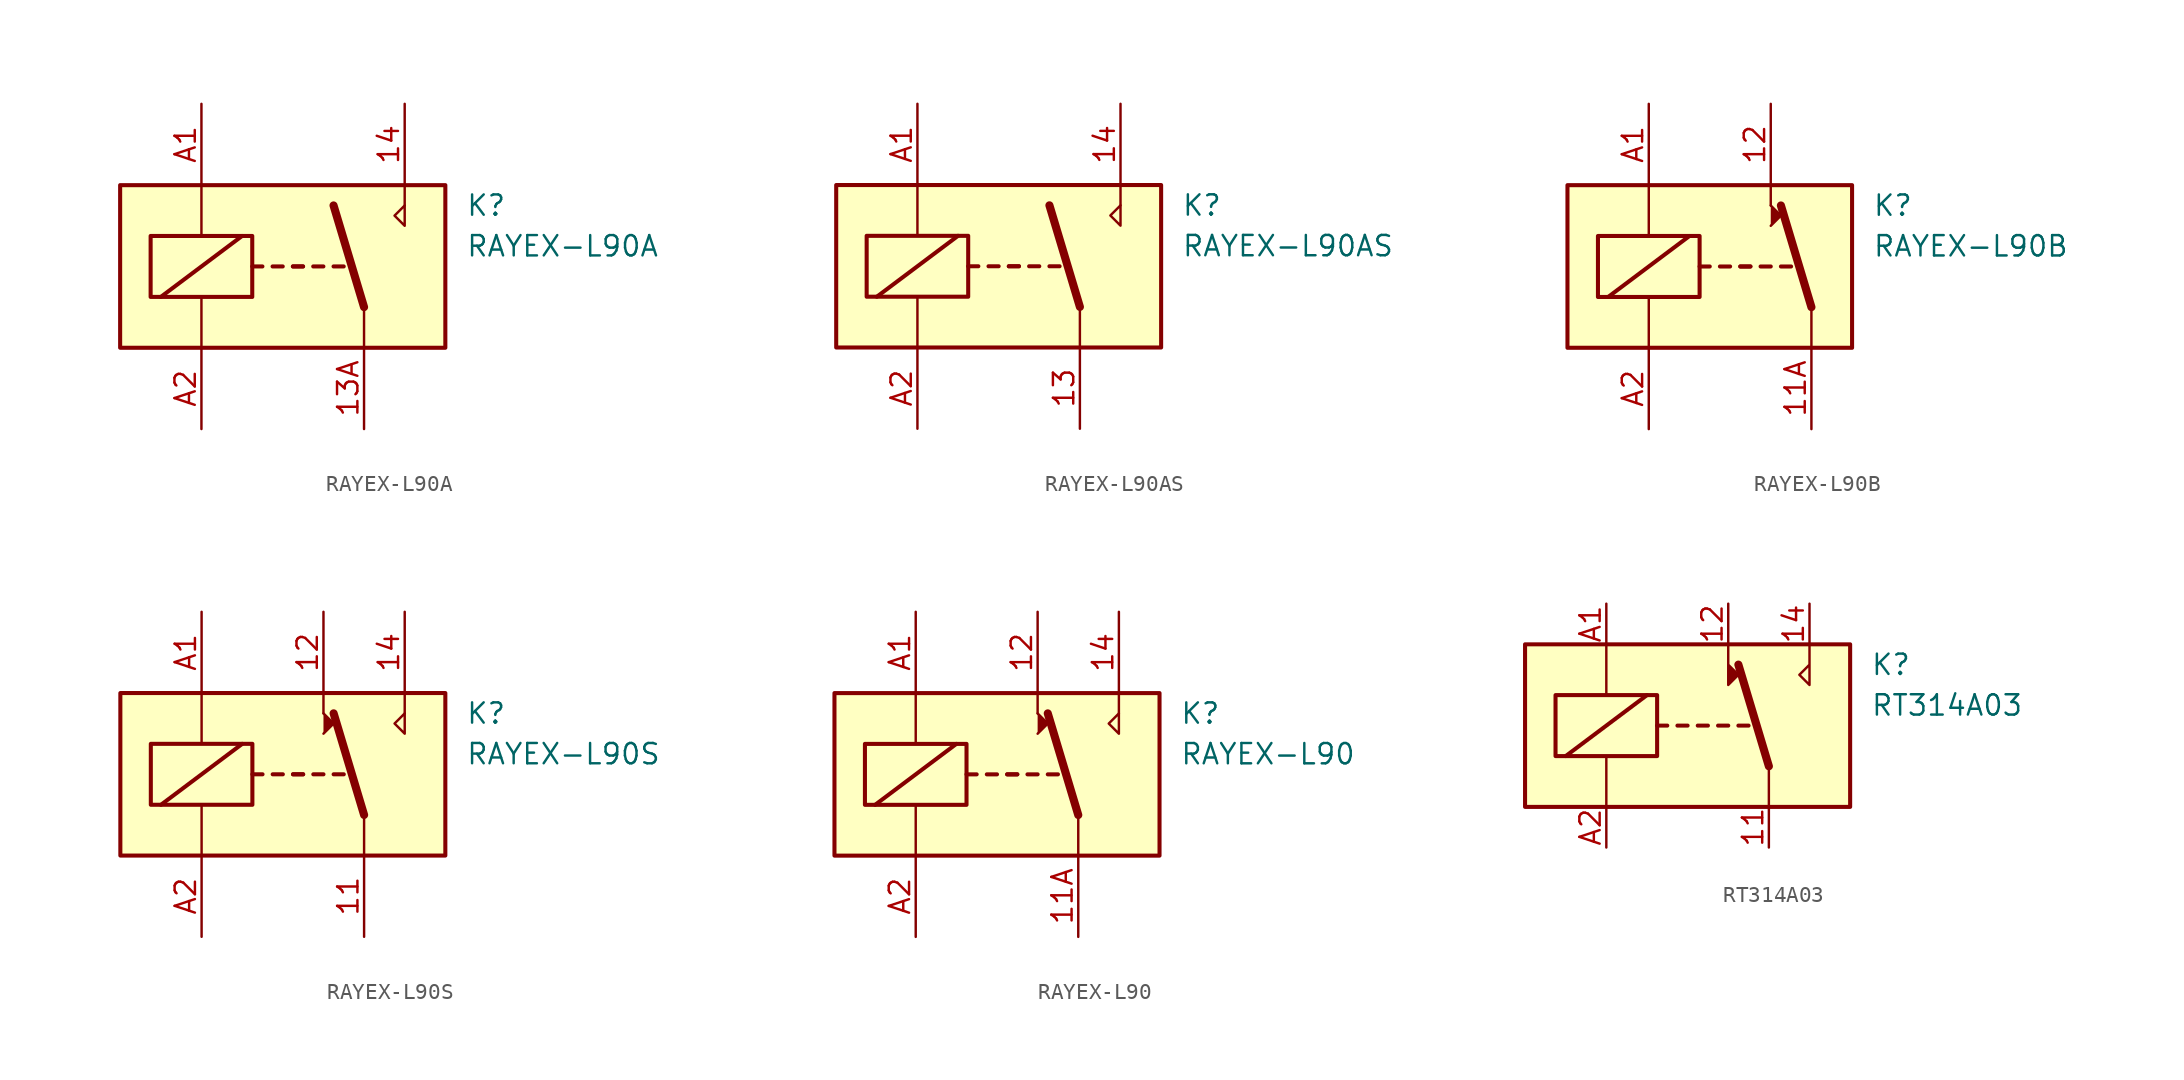
<source format=kicad_sym>
(kicad_symbol_lib
  (version 20211014)
  (generator kicad_symbol_editor)
  (symbol "RAYEX-L90A"
    (property "Reference" "K"
      (at 11.43 3.81 0)
      (effects (font (size 1.27 1.27)) (justify left)))
    (property "Value" "RAYEX-L90A"
      (at 11.43 1.27 0)
      (effects (font (size 1.27 1.27)) (justify left)))
    (symbol "RAYEX-L90A_1_0"
      (polyline (pts (xy 7.62 3.81) (xy 7.62 5.08)) (stroke (width 0) (type default) (color 0 0 0 0)) (fill (type none)))
      (polyline (pts (xy 7.62 3.81) (xy 7.62 2.54) (xy 6.985 3.175) (xy 7.62 3.81)) (stroke (width 0) (type default) (color 0 0 0 0)) (fill (type none))))
    (symbol "RAYEX-L90A_1_1"
      (rectangle (start -10.16 5.08) (end 10.16 -5.08) (stroke (width 0.254) (type default) (color 0 0 0 0)) (fill (type background)))
      (rectangle (start -8.255 1.905) (end -1.905 -1.905) (stroke (width 0.254) (type default) (color 0 0 0 0)) (fill (type none)))
      (polyline (pts (xy -7.62 -1.905) (xy -2.54 1.905)) (stroke (width 0.254) (type default) (color 0 0 0 0)) (fill (type none)))
      (polyline (pts (xy -5.08 -5.08) (xy -5.08 -1.905)) (stroke (width 0) (type default) (color 0 0 0 0)) (fill (type none)))
      (polyline (pts (xy -5.08 5.08) (xy -5.08 1.905)) (stroke (width 0) (type default) (color 0 0 0 0)) (fill (type none)))
      (polyline (pts (xy -1.905 0) (xy -1.27 0)) (stroke (width 0.254) (type default) (color 0 0 0 0)) (fill (type none)))
      (polyline (pts (xy -0.635 0) (xy 0 0)) (stroke (width 0.254) (type default) (color 0 0 0 0)) (fill (type none)))
      (polyline (pts (xy 0.635 0) (xy 1.27 0)) (stroke (width 0.254) (type default) (color 0 0 0 0)) (fill (type none)))
      (polyline (pts (xy 0.635 0) (xy 1.27 0)) (stroke (width 0.254) (type default) (color 0 0 0 0)) (fill (type none)))
      (polyline (pts (xy 1.905 0) (xy 2.54 0)) (stroke (width 0.254) (type default) (color 0 0 0 0)) (fill (type none)))
      (polyline (pts (xy 3.175 0) (xy 3.81 0)) (stroke (width 0.254) (type default) (color 0 0 0 0)) (fill (type none)))
      (polyline (pts (xy 5.08 -2.54) (xy 3.175 3.81)) (stroke (width 0.508) (type default) (color 0 0 0 0)) (fill (type none)))
      (polyline (pts (xy 5.08 -2.54) (xy 5.08 -5.08)) (stroke (width 0) (type default) (color 0 0 0 0)) (fill (type none)))
      (pin passive line (at 5.08 -10.16 90) (length 5.08) (name "~" (effects (font (size 1.27 1.27)))) (number "13A" (effects (font (size 1.27 1.27)))))
      (pin passive line (at 5.08 -10.16 90) (length 5.08) hide (name "~" (effects (font (size 1.27 1.27)))) (number "13B" (effects (font (size 1.27 1.27)))))
      (pin passive line (at 7.62 10.16 270) (length 5.08) (name "~" (effects (font (size 1.27 1.27)))) (number "14" (effects (font (size 1.27 1.27)))))
      (pin passive line (at -5.08 10.16 270) (length 5.08) (name "~" (effects (font (size 1.27 1.27)))) (number "A1" (effects (font (size 1.27 1.27)))))
      (pin passive line (at -5.08 -10.16 90) (length 5.08) (name "~" (effects (font (size 1.27 1.27)))) (number "A2" (effects (font (size 1.27 1.27)))))))
  (symbol "RAYEX-L90AS"
    (property "Reference" "K"
      (at 11.43 3.81 0)
      (effects (font (size 1.27 1.27)) (justify left)))
    (property "Value" "RAYEX-L90AS"
      (at 11.43 1.27 0)
      (effects (font (size 1.27 1.27)) (justify left)))
    (symbol "RAYEX-L90AS_1_0"
      (polyline (pts (xy 7.62 3.81) (xy 7.62 5.08)) (stroke (width 0) (type default) (color 0 0 0 0)) (fill (type none)))
      (polyline (pts (xy 7.62 3.81) (xy 7.62 2.54) (xy 6.985 3.175) (xy 7.62 3.81)) (stroke (width 0) (type default) (color 0 0 0 0)) (fill (type none))))
    (symbol "RAYEX-L90AS_1_1"
      (rectangle (start -10.16 5.08) (end 10.16 -5.08) (stroke (width 0.254) (type default) (color 0 0 0 0)) (fill (type background)))
      (rectangle (start -8.255 1.905) (end -1.905 -1.905) (stroke (width 0.254) (type default) (color 0 0 0 0)) (fill (type none)))
      (polyline (pts (xy -7.62 -1.905) (xy -2.54 1.905)) (stroke (width 0.254) (type default) (color 0 0 0 0)) (fill (type none)))
      (polyline (pts (xy -5.08 -5.08) (xy -5.08 -1.905)) (stroke (width 0) (type default) (color 0 0 0 0)) (fill (type none)))
      (polyline (pts (xy -5.08 5.08) (xy -5.08 1.905)) (stroke (width 0) (type default) (color 0 0 0 0)) (fill (type none)))
      (polyline (pts (xy -1.905 0) (xy -1.27 0)) (stroke (width 0.254) (type default) (color 0 0 0 0)) (fill (type none)))
      (polyline (pts (xy -0.635 0) (xy 0 0)) (stroke (width 0.254) (type default) (color 0 0 0 0)) (fill (type none)))
      (polyline (pts (xy 0.635 0) (xy 1.27 0)) (stroke (width 0.254) (type default) (color 0 0 0 0)) (fill (type none)))
      (polyline (pts (xy 0.635 0) (xy 1.27 0)) (stroke (width 0.254) (type default) (color 0 0 0 0)) (fill (type none)))
      (polyline (pts (xy 1.905 0) (xy 2.54 0)) (stroke (width 0.254) (type default) (color 0 0 0 0)) (fill (type none)))
      (polyline (pts (xy 3.175 0) (xy 3.81 0)) (stroke (width 0.254) (type default) (color 0 0 0 0)) (fill (type none)))
      (polyline (pts (xy 5.08 -2.54) (xy 3.175 3.81)) (stroke (width 0.508) (type default) (color 0 0 0 0)) (fill (type none)))
      (polyline (pts (xy 5.08 -2.54) (xy 5.08 -5.08)) (stroke (width 0) (type default) (color 0 0 0 0)) (fill (type none)))
      (pin passive line (at 5.08 -10.16 90) (length 5.08) (name "~" (effects (font (size 1.27 1.27)))) (number "13" (effects (font (size 1.27 1.27)))))
      (pin passive line (at 7.62 10.16 270) (length 5.08) (name "~" (effects (font (size 1.27 1.27)))) (number "14" (effects (font (size 1.27 1.27)))))
      (pin passive line (at -5.08 10.16 270) (length 5.08) (name "~" (effects (font (size 1.27 1.27)))) (number "A1" (effects (font (size 1.27 1.27)))))
      (pin passive line (at -5.08 -10.16 90) (length 5.08) (name "~" (effects (font (size 1.27 1.27)))) (number "A2" (effects (font (size 1.27 1.27)))))))
  (symbol "RAYEX-L90B"
    (property "Reference" "K"
      (at 8.89 3.81 0)
      (effects (font (size 1.27 1.27)) (justify left)))
    (property "Value" "RAYEX-L90B"
      (at 8.89 1.27 0)
      (effects (font (size 1.27 1.27)) (justify left)))
    (symbol "RAYEX-L90B_1_0"
      (polyline (pts (xy 2.54 3.81) (xy 2.54 5.08)) (stroke (width 0) (type default) (color 0 0 0 0)) (fill (type none))))
    (symbol "RAYEX-L90B_1_1"
      (rectangle (start -10.16 5.08) (end 7.62 -5.08) (stroke (width 0.254) (type default) (color 0 0 0 0)) (fill (type background)))
      (rectangle (start -8.255 1.905) (end -1.905 -1.905) (stroke (width 0.254) (type default) (color 0 0 0 0)) (fill (type none)))
      (polyline (pts (xy -7.62 -1.905) (xy -2.54 1.905)) (stroke (width 0.254) (type default) (color 0 0 0 0)) (fill (type none)))
      (polyline (pts (xy -5.08 -5.08) (xy -5.08 -1.905)) (stroke (width 0) (type default) (color 0 0 0 0)) (fill (type none)))
      (polyline (pts (xy -5.08 5.08) (xy -5.08 1.905)) (stroke (width 0) (type default) (color 0 0 0 0)) (fill (type none)))
      (polyline (pts (xy -1.905 0) (xy -1.27 0)) (stroke (width 0.254) (type default) (color 0 0 0 0)) (fill (type none)))
      (polyline (pts (xy -0.635 0) (xy 0 0)) (stroke (width 0.254) (type default) (color 0 0 0 0)) (fill (type none)))
      (polyline (pts (xy 0.635 0) (xy 1.27 0)) (stroke (width 0.254) (type default) (color 0 0 0 0)) (fill (type none)))
      (polyline (pts (xy 0.635 0) (xy 1.27 0)) (stroke (width 0.254) (type default) (color 0 0 0 0)) (fill (type none)))
      (polyline (pts (xy 1.905 0) (xy 2.54 0)) (stroke (width 0.254) (type default) (color 0 0 0 0)) (fill (type none)))
      (polyline (pts (xy 3.175 0) (xy 3.81 0)) (stroke (width 0.254) (type default) (color 0 0 0 0)) (fill (type none)))
      (polyline (pts (xy 5.08 -2.54) (xy 3.175 3.81)) (stroke (width 0.508) (type default) (color 0 0 0 0)) (fill (type none)))
      (polyline (pts (xy 5.08 -2.54) (xy 5.08 -5.08)) (stroke (width 0) (type default) (color 0 0 0 0)) (fill (type none)))
      (polyline (pts (xy 2.54 2.54) (xy 3.175 3.175) (xy 2.54 3.81)) (stroke (width 0) (type default) (color 0 0 0 0)) (fill (type outline)))
      (pin passive line (at 5.08 -10.16 90) (length 5.08) (name "~" (effects (font (size 1.27 1.27)))) (number "11A" (effects (font (size 1.27 1.27)))))
      (pin passive line (at 5.08 -10.16 90) (length 5.08) hide (name "~" (effects (font (size 1.27 1.27)))) (number "11B" (effects (font (size 1.27 1.27)))))
      (pin passive line (at 2.54 10.16 270) (length 5.08) (name "~" (effects (font (size 1.27 1.27)))) (number "12" (effects (font (size 1.27 1.27)))))
      (pin passive line (at -5.08 10.16 270) (length 5.08) (name "~" (effects (font (size 1.27 1.27)))) (number "A1" (effects (font (size 1.27 1.27)))))
      (pin passive line (at -5.08 -10.16 90) (length 5.08) (name "~" (effects (font (size 1.27 1.27)))) (number "A2" (effects (font (size 1.27 1.27)))))))
  (symbol "RAYEX-L90S"
    (property "Reference" "K"
      (at 11.43 3.81 0)
      (effects (font (size 1.27 1.27)) (justify left)))
    (property "Value" "RAYEX-L90S"
      (at 11.43 1.27 0)
      (effects (font (size 1.27 1.27)) (justify left)))
    (symbol "RAYEX-L90S_1_0"
      (polyline (pts (xy 2.54 3.81) (xy 2.54 5.08)) (stroke (width 0) (type default) (color 0 0 0 0)) (fill (type none)))
      (polyline (pts (xy 7.62 3.81) (xy 7.62 5.08)) (stroke (width 0) (type default) (color 0 0 0 0)) (fill (type none)))
      (polyline (pts (xy 7.62 3.81) (xy 7.62 2.54) (xy 6.985 3.175) (xy 7.62 3.81)) (stroke (width 0) (type default) (color 0 0 0 0)) (fill (type none))))
    (symbol "RAYEX-L90S_1_1"
      (rectangle (start -10.16 5.08) (end 10.16 -5.08) (stroke (width 0.254) (type default) (color 0 0 0 0)) (fill (type background)))
      (rectangle (start -8.255 1.905) (end -1.905 -1.905) (stroke (width 0.254) (type default) (color 0 0 0 0)) (fill (type none)))
      (polyline (pts (xy -7.62 -1.905) (xy -2.54 1.905)) (stroke (width 0.254) (type default) (color 0 0 0 0)) (fill (type none)))
      (polyline (pts (xy -5.08 -5.08) (xy -5.08 -1.905)) (stroke (width 0) (type default) (color 0 0 0 0)) (fill (type none)))
      (polyline (pts (xy -5.08 5.08) (xy -5.08 1.905)) (stroke (width 0) (type default) (color 0 0 0 0)) (fill (type none)))
      (polyline (pts (xy -1.905 0) (xy -1.27 0)) (stroke (width 0.254) (type default) (color 0 0 0 0)) (fill (type none)))
      (polyline (pts (xy -0.635 0) (xy 0 0)) (stroke (width 0.254) (type default) (color 0 0 0 0)) (fill (type none)))
      (polyline (pts (xy 0.635 0) (xy 1.27 0)) (stroke (width 0.254) (type default) (color 0 0 0 0)) (fill (type none)))
      (polyline (pts (xy 0.635 0) (xy 1.27 0)) (stroke (width 0.254) (type default) (color 0 0 0 0)) (fill (type none)))
      (polyline (pts (xy 1.905 0) (xy 2.54 0)) (stroke (width 0.254) (type default) (color 0 0 0 0)) (fill (type none)))
      (polyline (pts (xy 3.175 0) (xy 3.81 0)) (stroke (width 0.254) (type default) (color 0 0 0 0)) (fill (type none)))
      (polyline (pts (xy 5.08 -2.54) (xy 3.175 3.81)) (stroke (width 0.508) (type default) (color 0 0 0 0)) (fill (type none)))
      (polyline (pts (xy 5.08 -2.54) (xy 5.08 -5.08)) (stroke (width 0) (type default) (color 0 0 0 0)) (fill (type none)))
      (polyline (pts (xy 2.54 2.54) (xy 3.175 3.175) (xy 2.54 3.81)) (stroke (width 0) (type default) (color 0 0 0 0)) (fill (type outline)))
      (pin passive line (at 5.08 -10.16 90) (length 5.08) (name "~" (effects (font (size 1.27 1.27)))) (number "11" (effects (font (size 1.27 1.27)))))
      (pin passive line (at 2.54 10.16 270) (length 5.08) (name "~" (effects (font (size 1.27 1.27)))) (number "12" (effects (font (size 1.27 1.27)))))
      (pin passive line (at 7.62 10.16 270) (length 5.08) (name "~" (effects (font (size 1.27 1.27)))) (number "14" (effects (font (size 1.27 1.27)))))
      (pin passive line (at -5.08 10.16 270) (length 5.08) (name "~" (effects (font (size 1.27 1.27)))) (number "A1" (effects (font (size 1.27 1.27)))))
      (pin passive line (at -5.08 -10.16 90) (length 5.08) (name "~" (effects (font (size 1.27 1.27)))) (number "A2" (effects (font (size 1.27 1.27)))))))
  (symbol "RAYEX-L90"
    (property "Reference" "K"
      (at 11.43 3.81 0)
      (effects (font (size 1.27 1.27)) (justify left)))
    (property "Value" "RAYEX-L90"
      (at 11.43 1.27 0)
      (effects (font (size 1.27 1.27)) (justify left)))
    (symbol "RAYEX-L90_1_0"
      (polyline (pts (xy 2.54 3.81) (xy 2.54 5.08)) (stroke (width 0) (type default) (color 0 0 0 0)) (fill (type none)))
      (polyline (pts (xy 7.62 3.81) (xy 7.62 5.08)) (stroke (width 0) (type default) (color 0 0 0 0)) (fill (type none)))
      (polyline (pts (xy 7.62 3.81) (xy 7.62 2.54) (xy 6.985 3.175) (xy 7.62 3.81)) (stroke (width 0) (type default) (color 0 0 0 0)) (fill (type none))))
    (symbol "RAYEX-L90_1_1"
      (rectangle (start -10.16 5.08) (end 10.16 -5.08) (stroke (width 0.254) (type default) (color 0 0 0 0)) (fill (type background)))
      (rectangle (start -8.255 1.905) (end -1.905 -1.905) (stroke (width 0.254) (type default) (color 0 0 0 0)) (fill (type none)))
      (polyline (pts (xy -7.62 -1.905) (xy -2.54 1.905)) (stroke (width 0.254) (type default) (color 0 0 0 0)) (fill (type none)))
      (polyline (pts (xy -5.08 -5.08) (xy -5.08 -1.905)) (stroke (width 0) (type default) (color 0 0 0 0)) (fill (type none)))
      (polyline (pts (xy -5.08 5.08) (xy -5.08 1.905)) (stroke (width 0) (type default) (color 0 0 0 0)) (fill (type none)))
      (polyline (pts (xy -1.905 0) (xy -1.27 0)) (stroke (width 0.254) (type default) (color 0 0 0 0)) (fill (type none)))
      (polyline (pts (xy -0.635 0) (xy 0 0)) (stroke (width 0.254) (type default) (color 0 0 0 0)) (fill (type none)))
      (polyline (pts (xy 0.635 0) (xy 1.27 0)) (stroke (width 0.254) (type default) (color 0 0 0 0)) (fill (type none)))
      (polyline (pts (xy 0.635 0) (xy 1.27 0)) (stroke (width 0.254) (type default) (color 0 0 0 0)) (fill (type none)))
      (polyline (pts (xy 1.905 0) (xy 2.54 0)) (stroke (width 0.254) (type default) (color 0 0 0 0)) (fill (type none)))
      (polyline (pts (xy 3.175 0) (xy 3.81 0)) (stroke (width 0.254) (type default) (color 0 0 0 0)) (fill (type none)))
      (polyline (pts (xy 5.08 -2.54) (xy 3.175 3.81)) (stroke (width 0.508) (type default) (color 0 0 0 0)) (fill (type none)))
      (polyline (pts (xy 5.08 -2.54) (xy 5.08 -5.08)) (stroke (width 0) (type default) (color 0 0 0 0)) (fill (type none)))
      (polyline (pts (xy 2.54 2.54) (xy 3.175 3.175) (xy 2.54 3.81)) (stroke (width 0) (type default) (color 0 0 0 0)) (fill (type outline)))
      (pin passive line (at 5.08 -10.16 90) (length 5.08) (name "~" (effects (font (size 1.27 1.27)))) (number "11A" (effects (font (size 1.27 1.27)))))
      (pin passive line (at 5.08 -10.16 90) (length 5.08) hide (name "~" (effects (font (size 1.27 1.27)))) (number "11B" (effects (font (size 1.27 1.27)))))
      (pin passive line (at 2.54 10.16 270) (length 5.08) (name "~" (effects (font (size 1.27 1.27)))) (number "12" (effects (font (size 1.27 1.27)))))
      (pin passive line (at 7.62 10.16 270) (length 5.08) (name "~" (effects (font (size 1.27 1.27)))) (number "14" (effects (font (size 1.27 1.27)))))
      (pin passive line (at -5.08 10.16 270) (length 5.08) (name "~" (effects (font (size 1.27 1.27)))) (number "A1" (effects (font (size 1.27 1.27)))))
      (pin passive line (at -5.08 -10.16 90) (length 5.08) (name "~" (effects (font (size 1.27 1.27)))) (number "A2" (effects (font (size 1.27 1.27)))))))
  (symbol "RT314A03"
    (property "Reference" "K"
      (at 11.43 3.81 0)
      (effects (font (size 1.27 1.27)) (justify left)))
    (property "Value" "RT314A03"
      (at 11.43 1.27 0)
      (effects (font (size 1.27 1.27)) (justify left)))
    (symbol "RT314A03_0_0"
      (polyline (pts (xy -2.54 1.905) (xy -7.62 -1.905)) (stroke (width 0.254) (type default) (color 0 0 0 0)) (fill (type none))))
    (symbol "RT314A03_0_1"
      (rectangle (start -10.16 5.08) (end 10.16 -5.08) (stroke (width 0.254) (type default) (color 0 0 0 0)) (fill (type background)))
      (rectangle (start -8.255 1.905) (end -1.905 -1.905) (stroke (width 0.254) (type default) (color 0 0 0 0)) (fill (type none)))
      (polyline (pts (xy -5.08 -5.08) (xy -5.08 -1.905)) (stroke (width 0) (type default) (color 0 0 0 0)) (fill (type none)))
      (polyline (pts (xy -5.08 5.08) (xy -5.08 1.905)) (stroke (width 0) (type default) (color 0 0 0 0)) (fill (type none)))
      (polyline (pts (xy -1.905 0) (xy -1.27 0)) (stroke (width 0.254) (type default) (color 0 0 0 0)) (fill (type none)))
      (polyline (pts (xy -0.635 0) (xy 0 0)) (stroke (width 0.254) (type default) (color 0 0 0 0)) (fill (type none)))
      (polyline (pts (xy 0.635 0) (xy 1.27 0)) (stroke (width 0.254) (type default) (color 0 0 0 0)) (fill (type none)))
      (polyline (pts (xy 1.905 0) (xy 2.54 0)) (stroke (width 0.254) (type default) (color 0 0 0 0)) (fill (type none)))
      (polyline (pts (xy 3.175 0) (xy 3.81 0)) (stroke (width 0.254) (type default) (color 0 0 0 0)) (fill (type none)))
      (polyline (pts (xy 5.08 -2.54) (xy 3.175 3.81)) (stroke (width 0.508) (type default) (color 0 0 0 0)) (fill (type none)))
      (polyline (pts (xy 5.08 -2.54) (xy 5.08 -5.08)) (stroke (width 0) (type default) (color 0 0 0 0)) (fill (type none)))
      (polyline (pts (xy 2.54 5.08) (xy 2.54 2.54) (xy 3.175 3.175) (xy 2.54 3.81)) (stroke (width 0) (type default) (color 0 0 0 0)) (fill (type outline)))
      (polyline (pts (xy 7.62 5.08) (xy 7.62 2.54) (xy 6.985 3.175) (xy 7.62 3.81)) (stroke (width 0) (type default) (color 0 0 0 0)) (fill (type none))))
    (symbol "RT314A03_1_1"
      (pin passive line (at 5.08 -7.62 90) (length 2.54) (name "~" (effects (font (size 1.27 1.27)))) (number "11" (effects (font (size 1.27 1.27)))))
      (pin passive line (at 2.54 7.62 270) (length 2.54) (name "~" (effects (font (size 1.27 1.27)))) (number "12" (effects (font (size 1.27 1.27)))))
      (pin passive line (at 7.62 7.62 270) (length 2.54) (name "~" (effects (font (size 1.27 1.27)))) (number "14" (effects (font (size 1.27 1.27)))))
      (pin passive line (at -5.08 7.62 270) (length 2.54) (name "~" (effects (font (size 1.27 1.27)))) (number "A1" (effects (font (size 1.27 1.27)))))
      (pin passive line (at -5.08 -7.62 90) (length 2.54) (name "~" (effects (font (size 1.27 1.27)))) (number "A2" (effects (font (size 1.27 1.27))))))))
</source>
